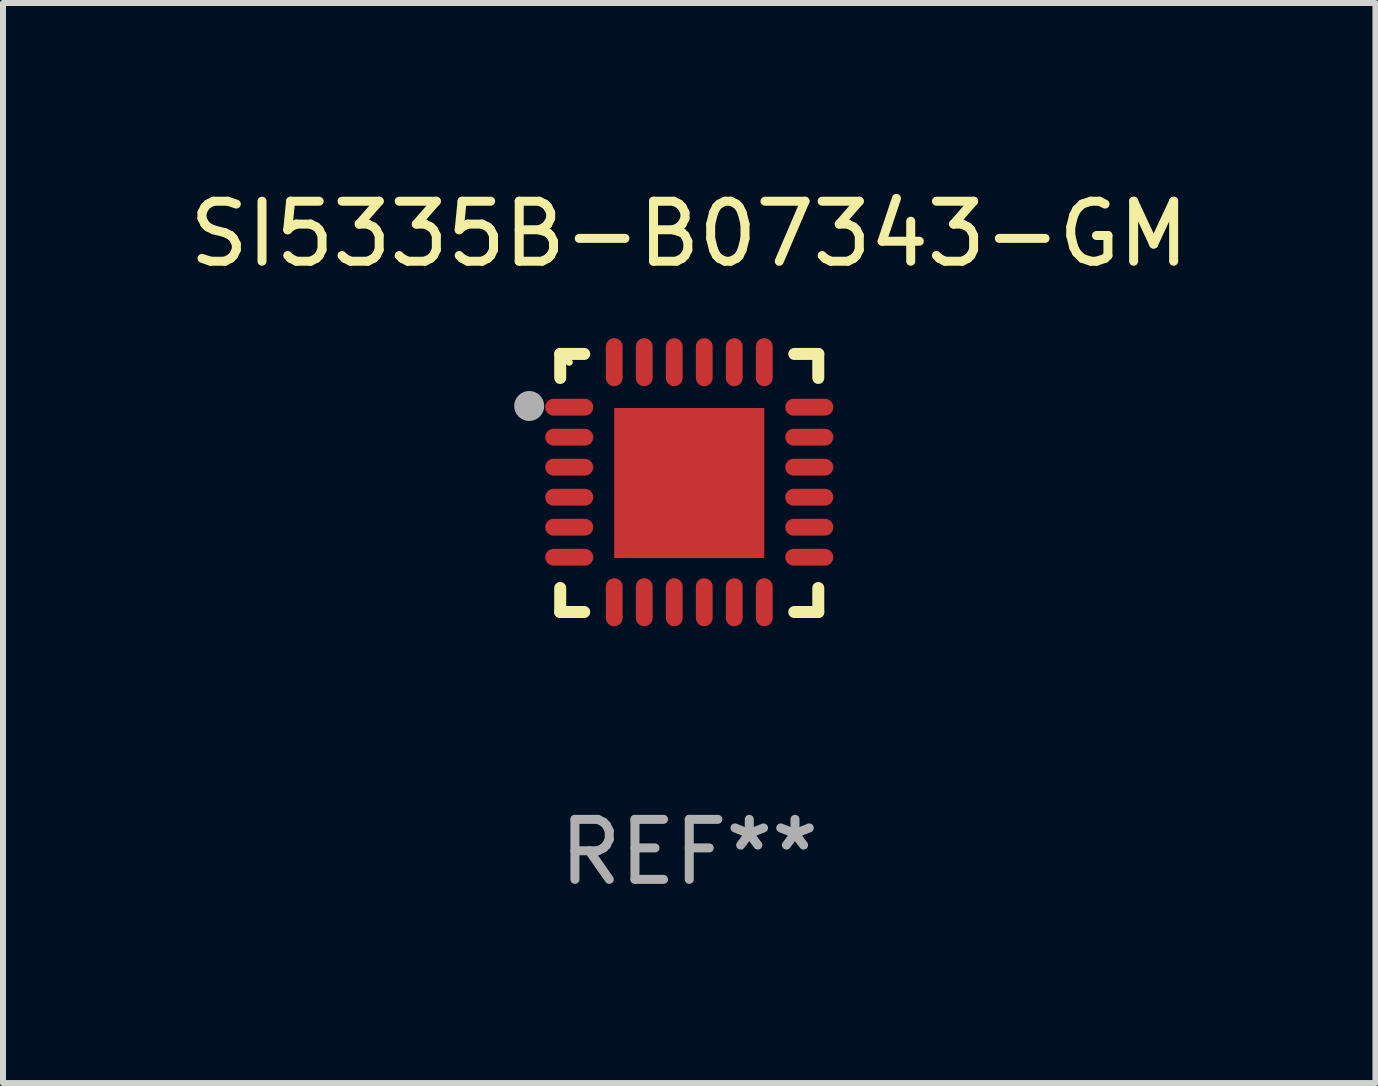
<source format=kicad_pcb>
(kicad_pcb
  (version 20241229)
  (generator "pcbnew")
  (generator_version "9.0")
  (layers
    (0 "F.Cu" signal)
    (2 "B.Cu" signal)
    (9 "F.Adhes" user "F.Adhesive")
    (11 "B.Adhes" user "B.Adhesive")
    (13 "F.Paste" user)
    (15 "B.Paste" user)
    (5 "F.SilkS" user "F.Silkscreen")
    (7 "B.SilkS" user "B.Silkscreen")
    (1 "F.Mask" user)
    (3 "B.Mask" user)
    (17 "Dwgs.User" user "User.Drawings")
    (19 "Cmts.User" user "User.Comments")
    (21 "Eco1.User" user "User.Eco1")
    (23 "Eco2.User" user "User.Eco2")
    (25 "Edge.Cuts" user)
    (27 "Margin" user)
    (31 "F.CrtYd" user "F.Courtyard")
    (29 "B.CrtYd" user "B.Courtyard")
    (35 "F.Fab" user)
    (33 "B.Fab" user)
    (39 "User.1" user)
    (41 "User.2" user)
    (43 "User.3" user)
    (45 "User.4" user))
  (footprint "SI5335B-B07343-GM"
    (layer "F.Cu")
    (at 8.435 4.998)
    (property "Reference" "SI5335B-B07343-GM" (at 0 -4.15 0) (layer "F.SilkS") (effects (font (size 1 1) (thickness 0.15))))
    (attr through_hole)
    (fp_line (start -2.15 -2.15) (end -1.75 -2.15) (stroke (width 0.2) (type solid)) (layer "F.SilkS"))
    (fp_line (start -2.15 -1.75) (end -2.15 -2.15) (stroke (width 0.2) (type solid)) (layer "F.SilkS"))
    (fp_line (start -2.15 2.15) (end -2.15 1.75) (stroke (width 0.2) (type solid)) (layer "F.SilkS"))
    (fp_line (start -1.75 2.15) (end -2.15 2.15) (stroke (width 0.2) (type solid)) (layer "F.SilkS"))
    (fp_line (start 1.75 -2.15) (end 2.15 -2.15) (stroke (width 0.2) (type solid)) (layer "F.SilkS"))
    (fp_line (start 1.75 2.15) (end 2.15 2.15) (stroke (width 0.2) (type solid)) (layer "F.SilkS"))
    (fp_line (start 2.15 -2.15) (end 2.15 -1.75) (stroke (width 0.2) (type solid)) (layer "F.SilkS"))
    (fp_line (start 2.15 2.15) (end 2.15 1.75) (stroke (width 0.2) (type solid)) (layer "F.SilkS"))
    (fp_circle (center -2 -2.013) (end -1.97 -2.013) (stroke (width 0.06) (type solid)) (fill no) (layer "F.SilkS"))
    (fp_circle (center -2.667 -1.283) (end -2.542 -1.283) (stroke (width 0.25) (type solid)) (fill no) (layer "F.Fab"))
    (fp_text user "REF**" (at 0 6.15 0) (layer "F.Fab") (effects (font (size 1 1) (thickness 0.15))))
    (pad "1" smd oval (at -2 -1.263) (size 0.8 0.28) (layers "F.Cu" "F.Mask" "F.Paste"))
    (pad "2" smd oval (at -2 -0.763) (size 0.8 0.28) (layers "F.Cu" "F.Mask" "F.Paste"))
    (pad "3" smd oval (at -2 -0.263) (size 0.8 0.28) (layers "F.Cu" "F.Mask" "F.Paste"))
    (pad "4" smd oval (at -2 0.237) (size 0.8 0.28) (layers "F.Cu" "F.Mask" "F.Paste"))
    (pad "5" smd oval (at -2 0.737) (size 0.8 0.28) (layers "F.Cu" "F.Mask" "F.Paste"))
    (pad "6" smd oval (at -2 1.237) (size 0.8 0.28) (layers "F.Cu" "F.Mask" "F.Paste"))
    (pad "7" smd oval (at -1.25 1.987) (size 0.28 0.8) (layers "F.Cu" "F.Mask" "F.Paste"))
    (pad "8" smd oval (at -0.75 1.987) (size 0.28 0.8) (layers "F.Cu" "F.Mask" "F.Paste"))
    (pad "9" smd oval (at -0.25 1.987) (size 0.28 0.8) (layers "F.Cu" "F.Mask" "F.Paste"))
    (pad "10" smd oval (at 0.25 1.987) (size 0.28 0.8) (layers "F.Cu" "F.Mask" "F.Paste"))
    (pad "11" smd oval (at 0.75 1.987) (size 0.28 0.8) (layers "F.Cu" "F.Mask" "F.Paste"))
    (pad "12" smd oval (at 1.25 1.987) (size 0.28 0.8) (layers "F.Cu" "F.Mask" "F.Paste"))
    (pad "13" smd oval (at 2 1.237) (size 0.8 0.28) (layers "F.Cu" "F.Mask" "F.Paste"))
    (pad "14" smd oval (at 2 0.737) (size 0.8 0.28) (layers "F.Cu" "F.Mask" "F.Paste"))
    (pad "15" smd oval (at 2 0.237) (size 0.8 0.28) (layers "F.Cu" "F.Mask" "F.Paste"))
    (pad "16" smd oval (at 2 -0.263) (size 0.8 0.28) (layers "F.Cu" "F.Mask" "F.Paste"))
    (pad "17" smd oval (at 2 -0.763) (size 0.8 0.28) (layers "F.Cu" "F.Mask" "F.Paste"))
    (pad "18" smd oval (at 2 -1.263) (size 0.8 0.28) (layers "F.Cu" "F.Mask" "F.Paste"))
    (pad "19" smd oval (at 1.25 -2.013) (size 0.28 0.8) (layers "F.Cu" "F.Mask" "F.Paste"))
    (pad "20" smd oval (at 0.75 -2.013) (size 0.28 0.8) (layers "F.Cu" "F.Mask" "F.Paste"))
    (pad "21" smd oval (at 0.25 -2.013) (size 0.28 0.8) (layers "F.Cu" "F.Mask" "F.Paste"))
    (pad "22" smd oval (at -0.25 -2.013) (size 0.28 0.8) (layers "F.Cu" "F.Mask" "F.Paste"))
    (pad "23" smd oval (at -0.75 -2.013) (size 0.28 0.8) (layers "F.Cu" "F.Mask" "F.Paste"))
    (pad "24" smd oval (at -1.25 -2.013) (size 0.28 0.8) (layers "F.Cu" "F.Mask" "F.Paste"))
    (pad "25" smd rect (at -0.000127 -0.00014) (size 2.5 2.5) (layers "F.Cu" "F.Mask" "F.Paste")))
  (gr_rect
    (start -3 -3)
    (end 19.869 14.997)
    (stroke (width 0.1) (type default))
    (fill no)
    (layer "Edge.Cuts")))
</source>
